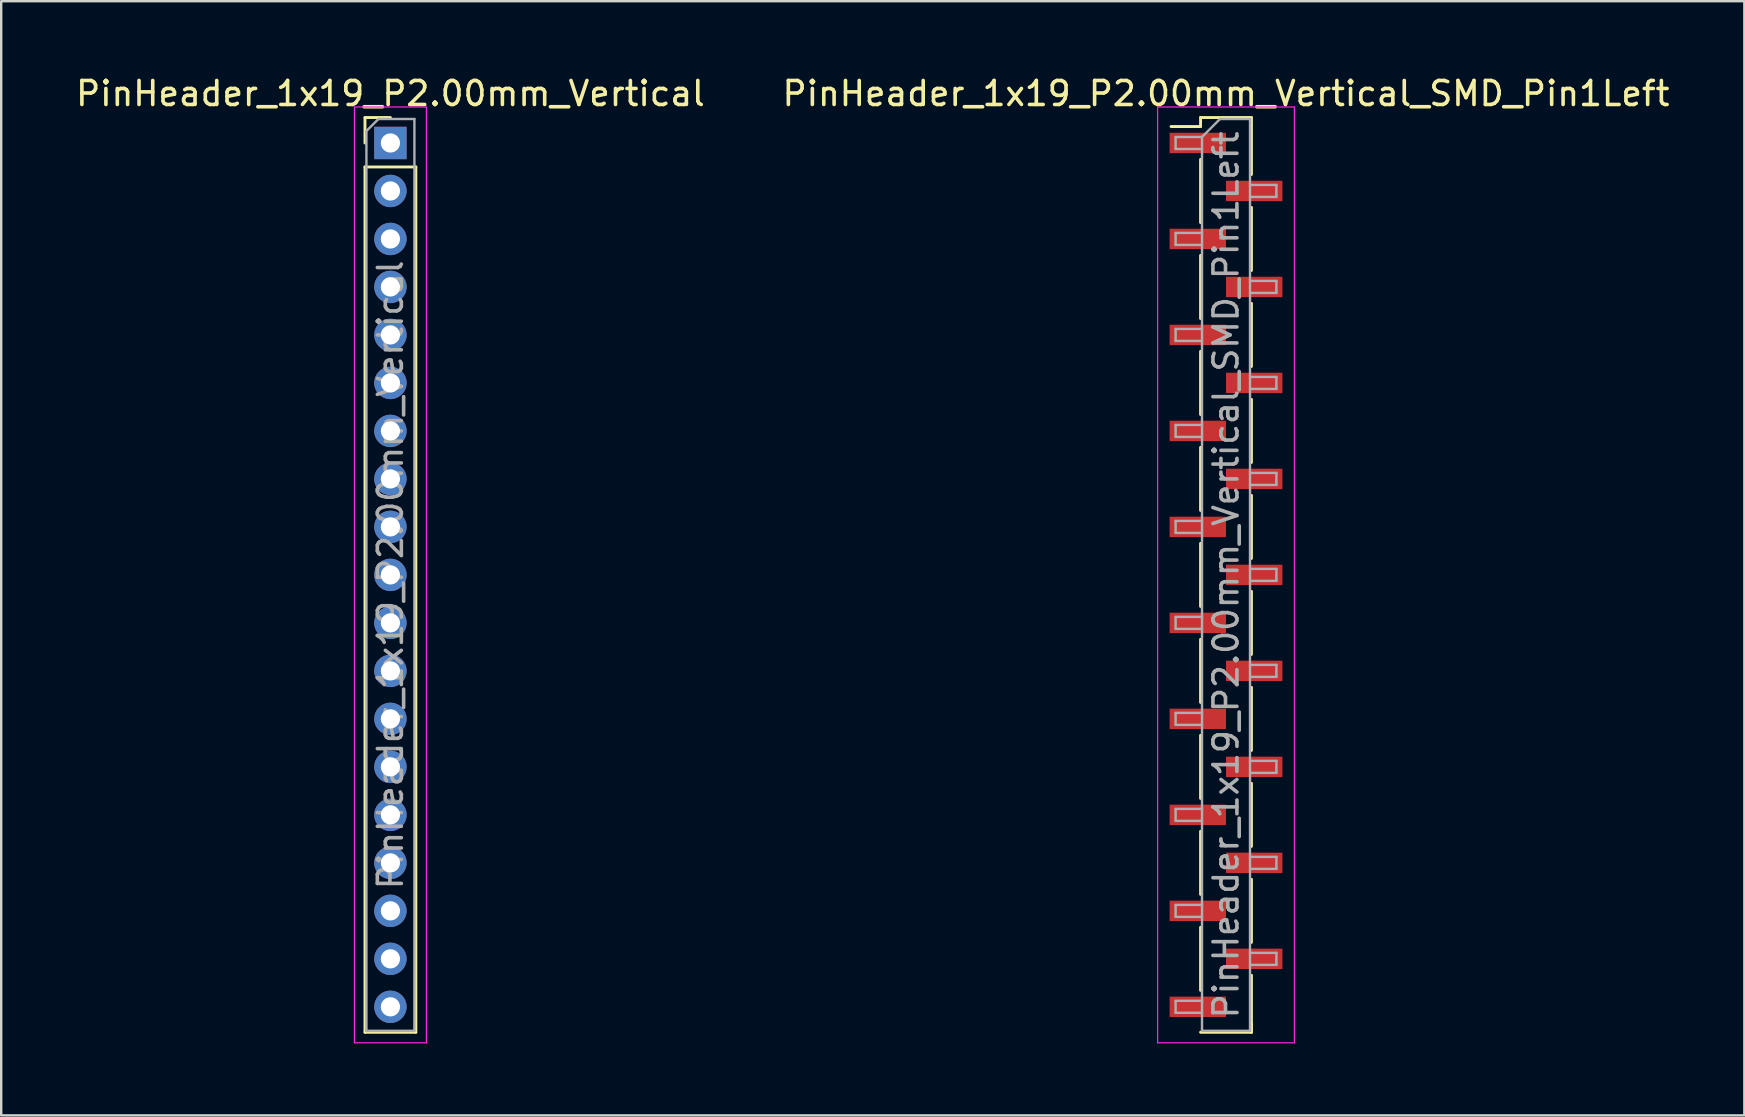
<source format=kicad_pcb>
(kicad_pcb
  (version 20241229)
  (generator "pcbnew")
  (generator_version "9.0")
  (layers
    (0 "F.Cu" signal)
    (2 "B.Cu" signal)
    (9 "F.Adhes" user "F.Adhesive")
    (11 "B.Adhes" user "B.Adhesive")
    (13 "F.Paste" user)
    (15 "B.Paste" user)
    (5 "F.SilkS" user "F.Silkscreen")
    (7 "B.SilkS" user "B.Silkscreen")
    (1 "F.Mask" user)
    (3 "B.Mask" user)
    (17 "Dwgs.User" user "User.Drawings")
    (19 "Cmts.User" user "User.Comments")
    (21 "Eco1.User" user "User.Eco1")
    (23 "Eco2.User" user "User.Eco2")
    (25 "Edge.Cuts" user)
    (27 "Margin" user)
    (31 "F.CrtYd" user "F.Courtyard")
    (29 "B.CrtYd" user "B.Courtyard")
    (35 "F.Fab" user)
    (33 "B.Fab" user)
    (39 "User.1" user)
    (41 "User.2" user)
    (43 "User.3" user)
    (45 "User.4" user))
  (footprint "PinHeader_1x19_P2.00mm_Vertical_SMD_Pin1Left"
    (layer "F.Cu")
    (at 48.042 20.908)
    (property "Reference" "PinHeader_1x19_P2.00mm_Vertical_SMD_Pin1Left" (at 0 -20.06 0) (layer "F.SilkS") (effects (font (size 1 1) (thickness 0.15))))
    (attr smd)
    (fp_line (start -1.06 -19.06) (end -1.06 -18.685) (stroke (width 0.12) (type solid)) (layer "F.SilkS"))
    (fp_line (start -1.06 -19.06) (end 1.06 -19.06) (stroke (width 0.12) (type solid)) (layer "F.SilkS"))
    (fp_line (start -1.06 -18.685) (end -2.29 -18.685) (stroke (width 0.12) (type solid)) (layer "F.SilkS"))
    (fp_line (start -1.06 -17.315) (end -1.06 -14.685) (stroke (width 0.12) (type solid)) (layer "F.SilkS"))
    (fp_line (start -1.06 -13.315) (end -1.06 -10.685) (stroke (width 0.12) (type solid)) (layer "F.SilkS"))
    (fp_line (start -1.06 -9.315) (end -1.06 -6.685) (stroke (width 0.12) (type solid)) (layer "F.SilkS"))
    (fp_line (start -1.06 -5.315) (end -1.06 -2.685) (stroke (width 0.12) (type solid)) (layer "F.SilkS"))
    (fp_line (start -1.06 -1.315) (end -1.06 1.315) (stroke (width 0.12) (type solid)) (layer "F.SilkS"))
    (fp_line (start -1.06 2.685) (end -1.06 5.315) (stroke (width 0.12) (type solid)) (layer "F.SilkS"))
    (fp_line (start -1.06 6.685) (end -1.06 9.315) (stroke (width 0.12) (type solid)) (layer "F.SilkS"))
    (fp_line (start -1.06 10.685) (end -1.06 13.315) (stroke (width 0.12) (type solid)) (layer "F.SilkS"))
    (fp_line (start -1.06 14.685) (end -1.06 17.315) (stroke (width 0.12) (type solid)) (layer "F.SilkS"))
    (fp_line (start -1.06 19.06) (end 1.06 19.06) (stroke (width 0.12) (type solid)) (layer "F.SilkS"))
    (fp_line (start 1.06 -19.06) (end 1.06 -16.685) (stroke (width 0.12) (type solid)) (layer "F.SilkS"))
    (fp_line (start 1.06 -15.315) (end 1.06 -12.685) (stroke (width 0.12) (type solid)) (layer "F.SilkS"))
    (fp_line (start 1.06 -11.315) (end 1.06 -8.685) (stroke (width 0.12) (type solid)) (layer "F.SilkS"))
    (fp_line (start 1.06 -7.315) (end 1.06 -4.685) (stroke (width 0.12) (type solid)) (layer "F.SilkS"))
    (fp_line (start 1.06 -3.315) (end 1.06 -0.685) (stroke (width 0.12) (type solid)) (layer "F.SilkS"))
    (fp_line (start 1.06 0.685) (end 1.06 3.315) (stroke (width 0.12) (type solid)) (layer "F.SilkS"))
    (fp_line (start 1.06 4.685) (end 1.06 7.315) (stroke (width 0.12) (type solid)) (layer "F.SilkS"))
    (fp_line (start 1.06 8.685) (end 1.06 11.315) (stroke (width 0.12) (type solid)) (layer "F.SilkS"))
    (fp_line (start 1.06 12.685) (end 1.06 15.315) (stroke (width 0.12) (type solid)) (layer "F.SilkS"))
    (fp_line (start 1.06 16.685) (end 1.06 19.06) (stroke (width 0.12) (type solid)) (layer "F.SilkS"))
    (fp_line (start 1.06 18.685) (end 1.06 19.06) (stroke (width 0.12) (type solid)) (layer "F.SilkS"))
    (fp_line (start -2.85 -19.5) (end -2.85 19.5) (stroke (width 0.05) (type solid)) (layer "F.CrtYd"))
    (fp_line (start -2.85 19.5) (end 2.85 19.5) (stroke (width 0.05) (type solid)) (layer "F.CrtYd"))
    (fp_line (start 2.85 -19.5) (end -2.85 -19.5) (stroke (width 0.05) (type solid)) (layer "F.CrtYd"))
    (fp_line (start 2.85 19.5) (end 2.85 -19.5) (stroke (width 0.05) (type solid)) (layer "F.CrtYd"))
    (fp_line (start -2.1 -18.25) (end -2.1 -17.75) (stroke (width 0.1) (type solid)) (layer "F.Fab"))
    (fp_line (start -2.1 -17.75) (end -1 -17.75) (stroke (width 0.1) (type solid)) (layer "F.Fab"))
    (fp_line (start -2.1 -14.25) (end -2.1 -13.75) (stroke (width 0.1) (type solid)) (layer "F.Fab"))
    (fp_line (start -2.1 -13.75) (end -1 -13.75) (stroke (width 0.1) (type solid)) (layer "F.Fab"))
    (fp_line (start -2.1 -10.25) (end -2.1 -9.75) (stroke (width 0.1) (type solid)) (layer "F.Fab"))
    (fp_line (start -2.1 -9.75) (end -1 -9.75) (stroke (width 0.1) (type solid)) (layer "F.Fab"))
    (fp_line (start -2.1 -6.25) (end -2.1 -5.75) (stroke (width 0.1) (type solid)) (layer "F.Fab"))
    (fp_line (start -2.1 -5.75) (end -1 -5.75) (stroke (width 0.1) (type solid)) (layer "F.Fab"))
    (fp_line (start -2.1 -2.25) (end -2.1 -1.75) (stroke (width 0.1) (type solid)) (layer "F.Fab"))
    (fp_line (start -2.1 -1.75) (end -1 -1.75) (stroke (width 0.1) (type solid)) (layer "F.Fab"))
    (fp_line (start -2.1 1.75) (end -2.1 2.25) (stroke (width 0.1) (type solid)) (layer "F.Fab"))
    (fp_line (start -2.1 2.25) (end -1 2.25) (stroke (width 0.1) (type solid)) (layer "F.Fab"))
    (fp_line (start -2.1 5.75) (end -2.1 6.25) (stroke (width 0.1) (type solid)) (layer "F.Fab"))
    (fp_line (start -2.1 6.25) (end -1 6.25) (stroke (width 0.1) (type solid)) (layer "F.Fab"))
    (fp_line (start -2.1 9.75) (end -2.1 10.25) (stroke (width 0.1) (type solid)) (layer "F.Fab"))
    (fp_line (start -2.1 10.25) (end -1 10.25) (stroke (width 0.1) (type solid)) (layer "F.Fab"))
    (fp_line (start -2.1 13.75) (end -2.1 14.25) (stroke (width 0.1) (type solid)) (layer "F.Fab"))
    (fp_line (start -2.1 14.25) (end -1 14.25) (stroke (width 0.1) (type solid)) (layer "F.Fab"))
    (fp_line (start -2.1 17.75) (end -2.1 18.25) (stroke (width 0.1) (type solid)) (layer "F.Fab"))
    (fp_line (start -2.1 18.25) (end -1 18.25) (stroke (width 0.1) (type solid)) (layer "F.Fab"))
    (fp_line (start -1 -18.25) (end -2.1 -18.25) (stroke (width 0.1) (type solid)) (layer "F.Fab"))
    (fp_line (start -1 -18.25) (end -0.25 -19) (stroke (width 0.1) (type solid)) (layer "F.Fab"))
    (fp_line (start -1 -14.25) (end -2.1 -14.25) (stroke (width 0.1) (type solid)) (layer "F.Fab"))
    (fp_line (start -1 -10.25) (end -2.1 -10.25) (stroke (width 0.1) (type solid)) (layer "F.Fab"))
    (fp_line (start -1 -6.25) (end -2.1 -6.25) (stroke (width 0.1) (type solid)) (layer "F.Fab"))
    (fp_line (start -1 -2.25) (end -2.1 -2.25) (stroke (width 0.1) (type solid)) (layer "F.Fab"))
    (fp_line (start -1 1.75) (end -2.1 1.75) (stroke (width 0.1) (type solid)) (layer "F.Fab"))
    (fp_line (start -1 5.75) (end -2.1 5.75) (stroke (width 0.1) (type solid)) (layer "F.Fab"))
    (fp_line (start -1 9.75) (end -2.1 9.75) (stroke (width 0.1) (type solid)) (layer "F.Fab"))
    (fp_line (start -1 13.75) (end -2.1 13.75) (stroke (width 0.1) (type solid)) (layer "F.Fab"))
    (fp_line (start -1 17.75) (end -2.1 17.75) (stroke (width 0.1) (type solid)) (layer "F.Fab"))
    (fp_line (start -1 19) (end -1 -18.25) (stroke (width 0.1) (type solid)) (layer "F.Fab"))
    (fp_line (start -0.25 -19) (end 1 -19) (stroke (width 0.1) (type solid)) (layer "F.Fab"))
    (fp_line (start 1 -19) (end 1 19) (stroke (width 0.1) (type solid)) (layer "F.Fab"))
    (fp_line (start 1 -16.25) (end 2.1 -16.25) (stroke (width 0.1) (type solid)) (layer "F.Fab"))
    (fp_line (start 1 -12.25) (end 2.1 -12.25) (stroke (width 0.1) (type solid)) (layer "F.Fab"))
    (fp_line (start 1 -8.25) (end 2.1 -8.25) (stroke (width 0.1) (type solid)) (layer "F.Fab"))
    (fp_line (start 1 -4.25) (end 2.1 -4.25) (stroke (width 0.1) (type solid)) (layer "F.Fab"))
    (fp_line (start 1 -0.25) (end 2.1 -0.25) (stroke (width 0.1) (type solid)) (layer "F.Fab"))
    (fp_line (start 1 3.75) (end 2.1 3.75) (stroke (width 0.1) (type solid)) (layer "F.Fab"))
    (fp_line (start 1 7.75) (end 2.1 7.75) (stroke (width 0.1) (type solid)) (layer "F.Fab"))
    (fp_line (start 1 11.75) (end 2.1 11.75) (stroke (width 0.1) (type solid)) (layer "F.Fab"))
    (fp_line (start 1 15.75) (end 2.1 15.75) (stroke (width 0.1) (type solid)) (layer "F.Fab"))
    (fp_line (start 1 19) (end -1 19) (stroke (width 0.1) (type solid)) (layer "F.Fab"))
    (fp_line (start 2.1 -16.25) (end 2.1 -15.75) (stroke (width 0.1) (type solid)) (layer "F.Fab"))
    (fp_line (start 2.1 -15.75) (end 1 -15.75) (stroke (width 0.1) (type solid)) (layer "F.Fab"))
    (fp_line (start 2.1 -12.25) (end 2.1 -11.75) (stroke (width 0.1) (type solid)) (layer "F.Fab"))
    (fp_line (start 2.1 -11.75) (end 1 -11.75) (stroke (width 0.1) (type solid)) (layer "F.Fab"))
    (fp_line (start 2.1 -8.25) (end 2.1 -7.75) (stroke (width 0.1) (type solid)) (layer "F.Fab"))
    (fp_line (start 2.1 -7.75) (end 1 -7.75) (stroke (width 0.1) (type solid)) (layer "F.Fab"))
    (fp_line (start 2.1 -4.25) (end 2.1 -3.75) (stroke (width 0.1) (type solid)) (layer "F.Fab"))
    (fp_line (start 2.1 -3.75) (end 1 -3.75) (stroke (width 0.1) (type solid)) (layer "F.Fab"))
    (fp_line (start 2.1 -0.25) (end 2.1 0.25) (stroke (width 0.1) (type solid)) (layer "F.Fab"))
    (fp_line (start 2.1 0.25) (end 1 0.25) (stroke (width 0.1) (type solid)) (layer "F.Fab"))
    (fp_line (start 2.1 3.75) (end 2.1 4.25) (stroke (width 0.1) (type solid)) (layer "F.Fab"))
    (fp_line (start 2.1 4.25) (end 1 4.25) (stroke (width 0.1) (type solid)) (layer "F.Fab"))
    (fp_line (start 2.1 7.75) (end 2.1 8.25) (stroke (width 0.1) (type solid)) (layer "F.Fab"))
    (fp_line (start 2.1 8.25) (end 1 8.25) (stroke (width 0.1) (type solid)) (layer "F.Fab"))
    (fp_line (start 2.1 11.75) (end 2.1 12.25) (stroke (width 0.1) (type solid)) (layer "F.Fab"))
    (fp_line (start 2.1 12.25) (end 1 12.25) (stroke (width 0.1) (type solid)) (layer "F.Fab"))
    (fp_line (start 2.1 15.75) (end 2.1 16.25) (stroke (width 0.1) (type solid)) (layer "F.Fab"))
    (fp_line (start 2.1 16.25) (end 1 16.25) (stroke (width 0.1) (type solid)) (layer "F.Fab"))
    (fp_text user "${REFERENCE}" (at 0 0 90) (layer "F.Fab") (effects (font (size 1 1) (thickness 0.15))))
    (pad "1" smd rect (at -1.175 -18) (size 2.35 0.85) (layers "F.Cu" "F.Mask" "F.Paste"))
    (pad "2" smd rect (at 1.175 -16) (size 2.35 0.85) (layers "F.Cu" "F.Mask" "F.Paste"))
    (pad "3" smd rect (at -1.175 -14) (size 2.35 0.85) (layers "F.Cu" "F.Mask" "F.Paste"))
    (pad "4" smd rect (at 1.175 -12) (size 2.35 0.85) (layers "F.Cu" "F.Mask" "F.Paste"))
    (pad "5" smd rect (at -1.175 -10) (size 2.35 0.85) (layers "F.Cu" "F.Mask" "F.Paste"))
    (pad "6" smd rect (at 1.175 -8) (size 2.35 0.85) (layers "F.Cu" "F.Mask" "F.Paste"))
    (pad "7" smd rect (at -1.175 -6) (size 2.35 0.85) (layers "F.Cu" "F.Mask" "F.Paste"))
    (pad "8" smd rect (at 1.175 -4) (size 2.35 0.85) (layers "F.Cu" "F.Mask" "F.Paste"))
    (pad "9" smd rect (at -1.175 -2) (size 2.35 0.85) (layers "F.Cu" "F.Mask" "F.Paste"))
    (pad "10" smd rect (at 1.175 0) (size 2.35 0.85) (layers "F.Cu" "F.Mask" "F.Paste"))
    (pad "11" smd rect (at -1.175 2) (size 2.35 0.85) (layers "F.Cu" "F.Mask" "F.Paste"))
    (pad "12" smd rect (at 1.175 4) (size 2.35 0.85) (layers "F.Cu" "F.Mask" "F.Paste"))
    (pad "13" smd rect (at -1.175 6) (size 2.35 0.85) (layers "F.Cu" "F.Mask" "F.Paste"))
    (pad "14" smd rect (at 1.175 8) (size 2.35 0.85) (layers "F.Cu" "F.Mask" "F.Paste"))
    (pad "15" smd rect (at -1.175 10) (size 2.35 0.85) (layers "F.Cu" "F.Mask" "F.Paste"))
    (pad "16" smd rect (at 1.175 12) (size 2.35 0.85) (layers "F.Cu" "F.Mask" "F.Paste"))
    (pad "17" smd rect (at -1.175 14) (size 2.35 0.85) (layers "F.Cu" "F.Mask" "F.Paste"))
    (pad "18" smd rect (at 1.175 16) (size 2.35 0.85) (layers "F.Cu" "F.Mask" "F.Paste"))
    (pad "19" smd rect (at -1.175 18) (size 2.35 0.85) (layers "F.Cu" "F.Mask" "F.Paste")))
  (footprint "PinHeader_1x19_P2.00mm_Vertical"
    (layer "F.Cu")
    (at 13.22 2.908)
    (property "Reference" "PinHeader_1x19_P2.00mm_Vertical" (at 0 -2.06 0) (layer "F.SilkS") (effects (font (size 1 1) (thickness 0.15))))
    (attr through_hole)
    (fp_line (start -1.06 -1.06) (end 0 -1.06) (stroke (width 0.12) (type solid)) (layer "F.SilkS"))
    (fp_line (start -1.06 0) (end -1.06 -1.06) (stroke (width 0.12) (type solid)) (layer "F.SilkS"))
    (fp_line (start -1.06 1) (end -1.06 37.06) (stroke (width 0.12) (type solid)) (layer "F.SilkS"))
    (fp_line (start -1.06 1) (end 1.06 1) (stroke (width 0.12) (type solid)) (layer "F.SilkS"))
    (fp_line (start -1.06 37.06) (end 1.06 37.06) (stroke (width 0.12) (type solid)) (layer "F.SilkS"))
    (fp_line (start 1.06 1) (end 1.06 37.06) (stroke (width 0.12) (type solid)) (layer "F.SilkS"))
    (fp_line (start -1.5 -1.5) (end -1.5 37.5) (stroke (width 0.05) (type solid)) (layer "F.CrtYd"))
    (fp_line (start -1.5 37.5) (end 1.5 37.5) (stroke (width 0.05) (type solid)) (layer "F.CrtYd"))
    (fp_line (start 1.5 -1.5) (end -1.5 -1.5) (stroke (width 0.05) (type solid)) (layer "F.CrtYd"))
    (fp_line (start 1.5 37.5) (end 1.5 -1.5) (stroke (width 0.05) (type solid)) (layer "F.CrtYd"))
    (fp_line (start -1 -0.5) (end -0.5 -1) (stroke (width 0.1) (type solid)) (layer "F.Fab"))
    (fp_line (start -1 37) (end -1 -0.5) (stroke (width 0.1) (type solid)) (layer "F.Fab"))
    (fp_line (start -0.5 -1) (end 1 -1) (stroke (width 0.1) (type solid)) (layer "F.Fab"))
    (fp_line (start 1 -1) (end 1 37) (stroke (width 0.1) (type solid)) (layer "F.Fab"))
    (fp_line (start 1 37) (end -1 37) (stroke (width 0.1) (type solid)) (layer "F.Fab"))
    (fp_text user "${REFERENCE}" (at 0 18 90) (layer "F.Fab") (effects (font (size 1 1) (thickness 0.15))))
    (pad "1" thru_hole rect (at 0 0) (size 1.35 1.35) (drill 0.8) (layers "*.Cu" "*.Mask"))
    (pad "2" thru_hole oval (at 0 2) (size 1.35 1.35) (drill 0.8) (layers "*.Cu" "*.Mask"))
    (pad "3" thru_hole oval (at 0 4) (size 1.35 1.35) (drill 0.8) (layers "*.Cu" "*.Mask"))
    (pad "4" thru_hole oval (at 0 6) (size 1.35 1.35) (drill 0.8) (layers "*.Cu" "*.Mask"))
    (pad "5" thru_hole oval (at 0 8) (size 1.35 1.35) (drill 0.8) (layers "*.Cu" "*.Mask"))
    (pad "6" thru_hole oval (at 0 10) (size 1.35 1.35) (drill 0.8) (layers "*.Cu" "*.Mask"))
    (pad "7" thru_hole oval (at 0 12) (size 1.35 1.35) (drill 0.8) (layers "*.Cu" "*.Mask"))
    (pad "8" thru_hole oval (at 0 14) (size 1.35 1.35) (drill 0.8) (layers "*.Cu" "*.Mask"))
    (pad "9" thru_hole oval (at 0 16) (size 1.35 1.35) (drill 0.8) (layers "*.Cu" "*.Mask"))
    (pad "10" thru_hole oval (at 0 18) (size 1.35 1.35) (drill 0.8) (layers "*.Cu" "*.Mask"))
    (pad "11" thru_hole oval (at 0 20) (size 1.35 1.35) (drill 0.8) (layers "*.Cu" "*.Mask"))
    (pad "12" thru_hole oval (at 0 22) (size 1.35 1.35) (drill 0.8) (layers "*.Cu" "*.Mask"))
    (pad "13" thru_hole oval (at 0 24) (size 1.35 1.35) (drill 0.8) (layers "*.Cu" "*.Mask"))
    (pad "14" thru_hole oval (at 0 26) (size 1.35 1.35) (drill 0.8) (layers "*.Cu" "*.Mask"))
    (pad "15" thru_hole oval (at 0 28) (size 1.35 1.35) (drill 0.8) (layers "*.Cu" "*.Mask"))
    (pad "16" thru_hole oval (at 0 30) (size 1.35 1.35) (drill 0.8) (layers "*.Cu" "*.Mask"))
    (pad "17" thru_hole oval (at 0 32) (size 1.35 1.35) (drill 0.8) (layers "*.Cu" "*.Mask"))
    (pad "18" thru_hole oval (at 0 34) (size 1.35 1.35) (drill 0.8) (layers "*.Cu" "*.Mask"))
    (pad "19" thru_hole oval (at 0 36) (size 1.35 1.35) (drill 0.8) (layers "*.Cu" "*.Mask")))
  (gr_rect
    (start -3 -3)
    (end 69.643 43.433)
    (stroke (width 0.1) (type default))
    (fill no)
    (layer "Edge.Cuts")))
</source>
